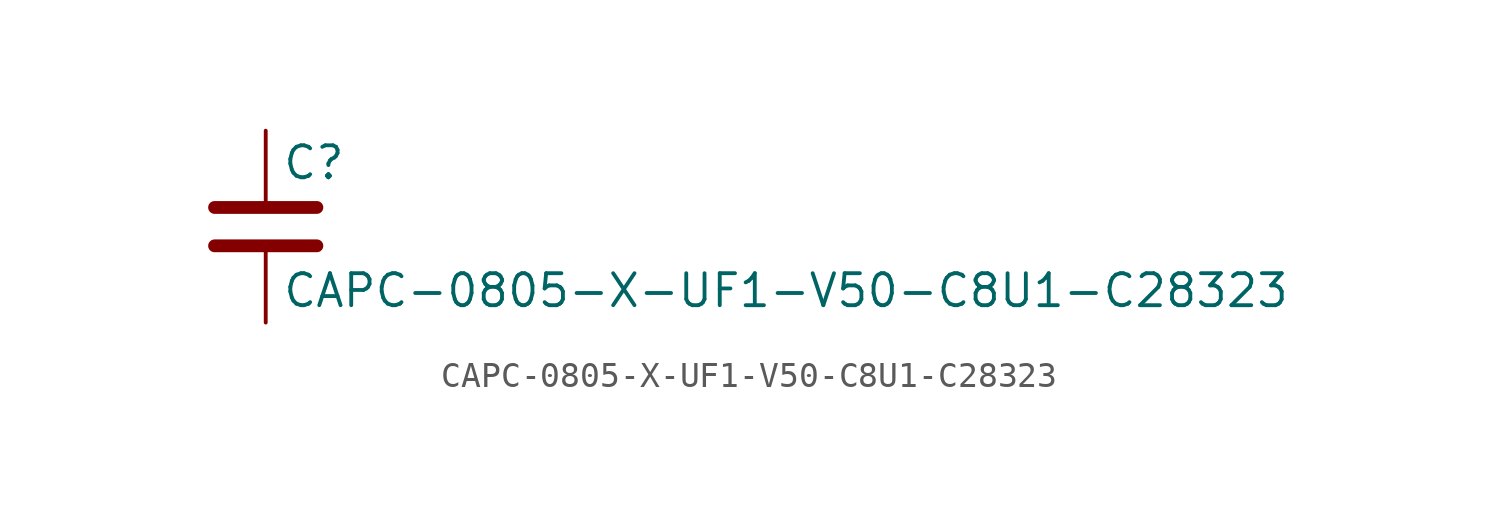
<source format=kicad_sym>
(kicad_symbol_lib
  (version 20211014)
  (generator kicad_symbol_editor)
  (symbol "CAPC-0805-X-UF1-V50-C8U1-C28323"
    (pin_numbers hide)
    (pin_names
      (offset 0.254))
    (property "Reference" "C"
      (at 0.635 2.54 0)
      (effects (font (size 1.27 1.27)) (justify left)))
    (property "Value" "CAPC-0805-X-UF1-V50-C8U1-C28323"
      (at 0.635 -2.54 0)
      (effects (font (size 1.27 1.27)) (justify left)))
    (symbol "CAPC-0805-X-UF1-V50-C8U1-C28323_0_1"
      (polyline (pts (xy -2.032 -0.762) (xy 2.032 -0.762)) (stroke (width 0.508) (type default) (color 0 0 0 0)) (fill (type none)))
      (polyline (pts (xy -2.032 0.762) (xy 2.032 0.762)) (stroke (width 0.508) (type default) (color 0 0 0 0)) (fill (type none))))
    (symbol "CAPC-0805-X-UF1-V50-C8U1-C28323_1_1"
      (pin passive line (at 0 3.81 270) (length 2.794) (name "~" (effects (font (size 1.27 1.27)))) (number "1" (effects (font (size 1.27 1.27)))))
      (pin passive line (at 0 -3.81 90) (length 2.794) (name "~" (effects (font (size 1.27 1.27)))) (number "2" (effects (font (size 1.27 1.27))))))))
</source>
